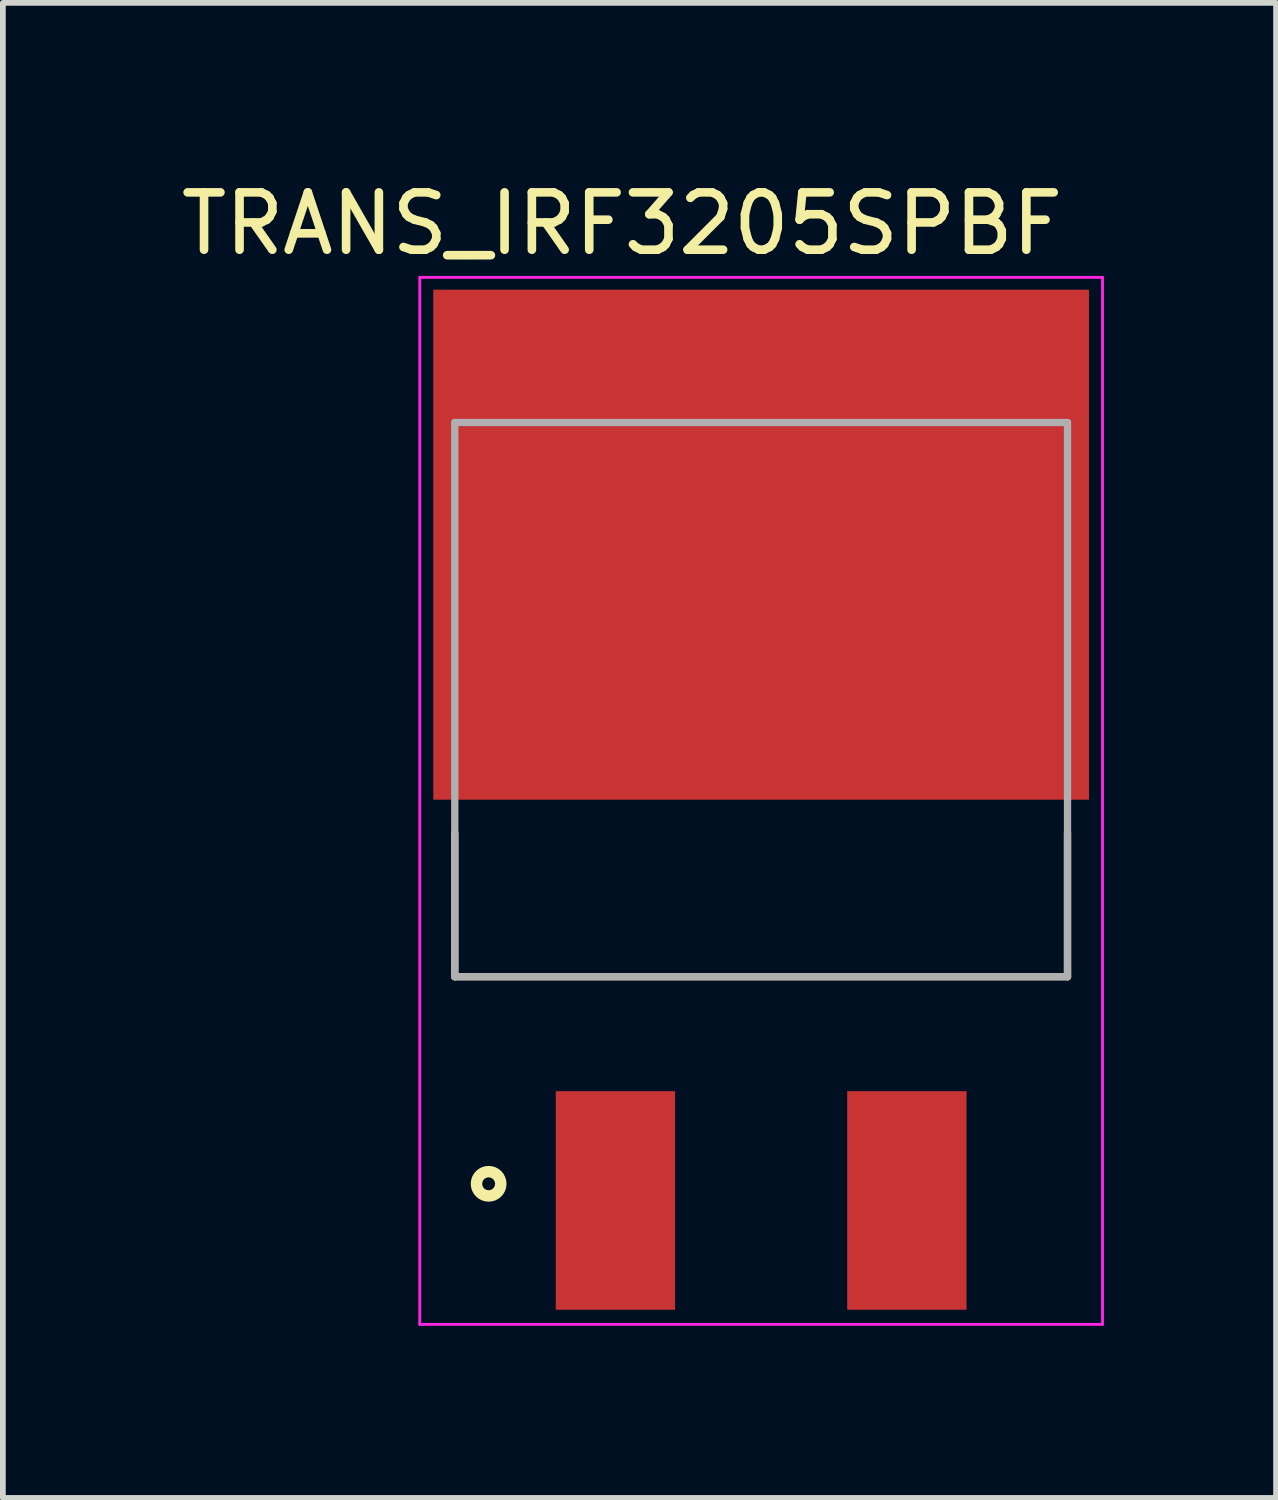
<source format=kicad_pcb>
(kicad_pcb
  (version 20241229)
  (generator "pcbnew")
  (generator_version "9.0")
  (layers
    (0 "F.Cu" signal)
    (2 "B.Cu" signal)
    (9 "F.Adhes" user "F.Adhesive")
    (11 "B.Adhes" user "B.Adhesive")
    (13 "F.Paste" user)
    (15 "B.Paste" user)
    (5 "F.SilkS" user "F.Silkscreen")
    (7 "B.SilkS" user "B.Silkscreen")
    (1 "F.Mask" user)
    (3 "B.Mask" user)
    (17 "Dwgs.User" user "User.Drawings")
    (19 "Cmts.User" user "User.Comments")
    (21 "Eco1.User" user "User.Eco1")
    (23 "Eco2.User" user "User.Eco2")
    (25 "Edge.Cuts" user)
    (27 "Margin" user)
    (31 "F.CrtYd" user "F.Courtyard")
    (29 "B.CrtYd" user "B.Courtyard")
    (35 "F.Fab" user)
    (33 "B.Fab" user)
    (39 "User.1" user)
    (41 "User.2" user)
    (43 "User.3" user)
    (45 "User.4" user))
  (footprint "TRANS_IRF3205SPBF"
    (layer "F.Cu")
    (at 10.217 10.734)
    (property "Reference" "TRANS_IRF3205SPBF" (at -2.425 -9.886 0) (layer "F.SilkS") (effects (font (size 1 1) (thickness 0.15))))
    (attr smd)
    (fp_line (start -5.34 0.74) (end -5.34 3.24) (stroke (width 0.127) (type solid)) (layer "F.SilkS"))
    (fp_line (start -5.34 3.24) (end 5.34 3.24) (stroke (width 0.127) (type solid)) (layer "F.SilkS"))
    (fp_line (start 5.34 3.24) (end 5.34 0.74) (stroke (width 0.127) (type solid)) (layer "F.SilkS"))
    (fp_circle (center -4.75 6.85) (end -4.538 6.85) (stroke (width 0.2) (type solid)) (fill no) (layer "F.SilkS"))
    (fp_line (start -5.95 -8.95) (end 5.95 -8.95) (stroke (width 0.05) (type solid)) (layer "F.CrtYd"))
    (fp_line (start -5.95 9.3) (end -5.95 -8.95) (stroke (width 0.05) (type solid)) (layer "F.CrtYd"))
    (fp_line (start 5.95 -8.95) (end 5.95 9.3) (stroke (width 0.05) (type solid)) (layer "F.CrtYd"))
    (fp_line (start 5.95 9.3) (end -5.95 9.3) (stroke (width 0.05) (type solid)) (layer "F.CrtYd"))
    (fp_line (start -5.34 -6.42) (end 5.34 -6.42) (stroke (width 0.127) (type solid)) (layer "F.Fab"))
    (fp_line (start -5.34 3.24) (end -5.34 -6.42) (stroke (width 0.127) (type solid)) (layer "F.Fab"))
    (fp_line (start 5.34 -6.42) (end 5.34 3.24) (stroke (width 0.127) (type solid)) (layer "F.Fab"))
    (fp_line (start 5.34 3.24) (end -5.34 3.24) (stroke (width 0.127) (type solid)) (layer "F.Fab"))
    (pad "1" smd rect (at -2.54 7.14 90) (size 3.81 2.08) (layers "F.Cu" "F.Mask" "F.Paste"))
    (pad "2" smd rect (at 0 -4.29 90) (size 8.89 11.43) (layers "F.Cu" "F.Mask" "F.Paste"))
    (pad "3" smd rect (at 2.54 7.14 90) (size 3.81 2.08) (layers "F.Cu" "F.Mask" "F.Paste")))
  (gr_rect
    (start -3 -3)
    (end 19.192 23.059)
    (stroke (width 0.1) (type default))
    (fill no)
    (layer "Edge.Cuts")))
</source>
